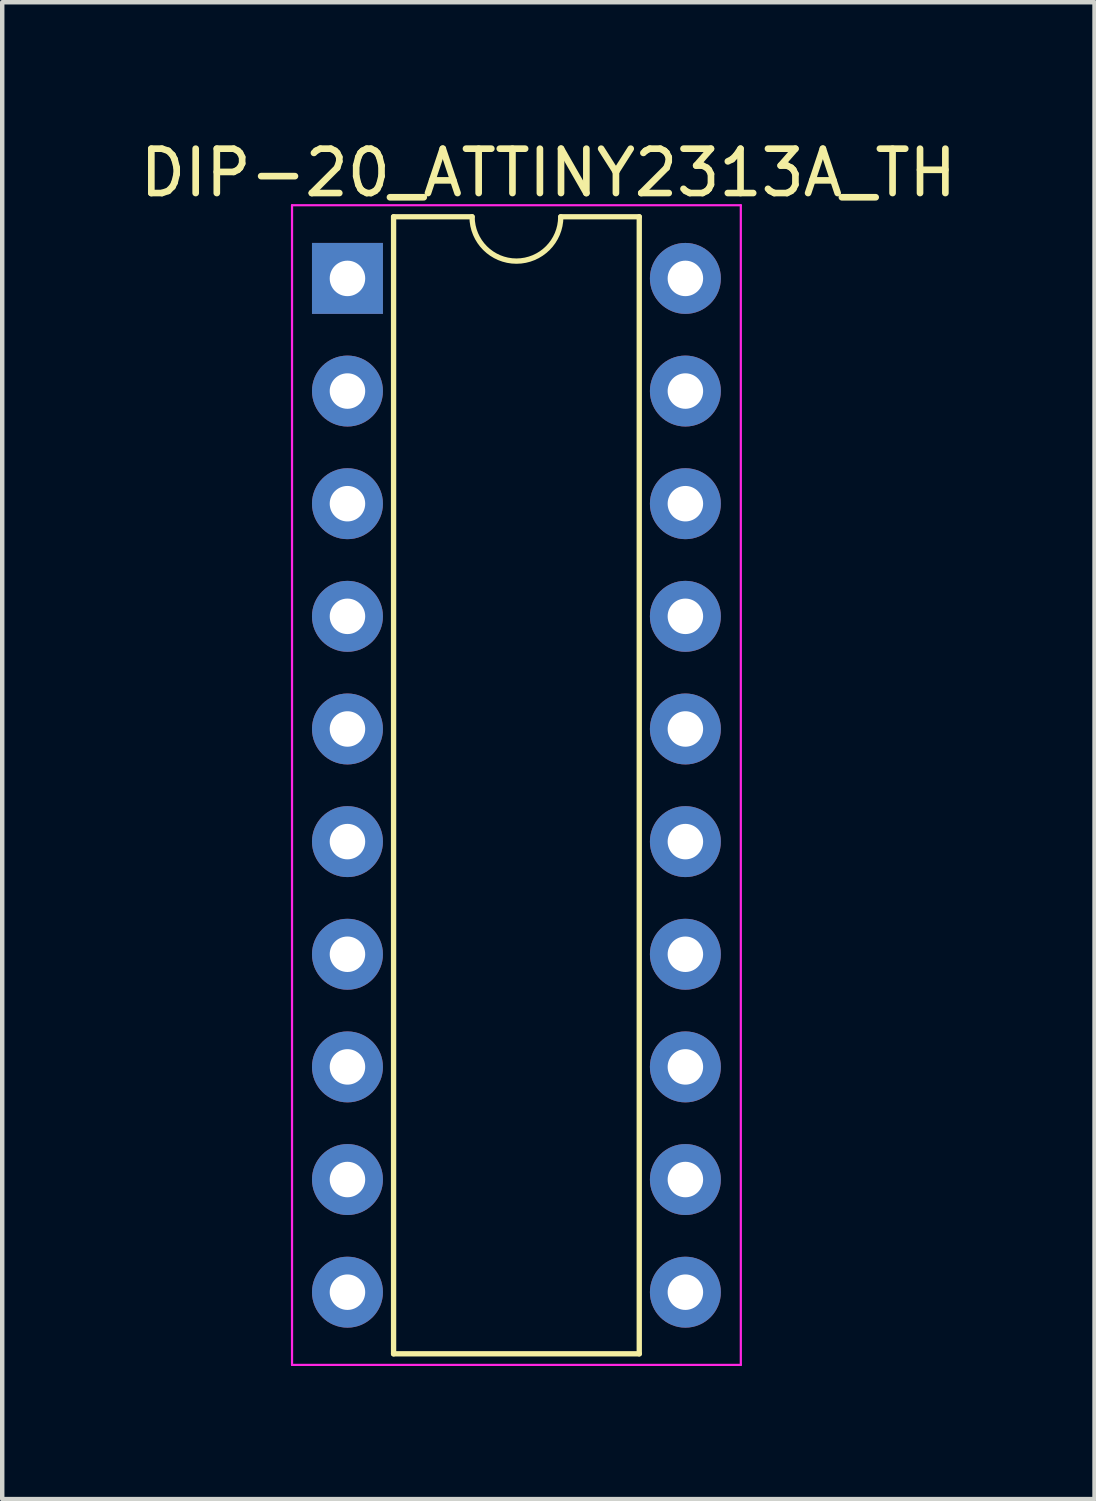
<source format=kicad_pcb>
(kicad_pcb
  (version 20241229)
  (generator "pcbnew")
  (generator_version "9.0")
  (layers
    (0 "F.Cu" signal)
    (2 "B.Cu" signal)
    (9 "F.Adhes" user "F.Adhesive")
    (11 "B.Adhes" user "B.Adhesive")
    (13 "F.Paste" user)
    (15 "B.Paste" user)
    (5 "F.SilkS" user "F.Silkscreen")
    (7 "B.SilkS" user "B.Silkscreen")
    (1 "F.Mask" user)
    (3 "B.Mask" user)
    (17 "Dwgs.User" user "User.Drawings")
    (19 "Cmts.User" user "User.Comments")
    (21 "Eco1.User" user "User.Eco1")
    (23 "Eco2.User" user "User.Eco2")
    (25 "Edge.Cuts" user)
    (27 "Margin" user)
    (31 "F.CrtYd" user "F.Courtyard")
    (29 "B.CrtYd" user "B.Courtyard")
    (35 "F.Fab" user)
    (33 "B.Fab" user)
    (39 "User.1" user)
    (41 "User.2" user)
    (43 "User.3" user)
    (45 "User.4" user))
  (footprint "DIP-20_ATTINY2313A_TH"
    (layer "F.Cu")
    (at 4.785 3.228)
    (property "Reference" "DIP-20_ATTINY2313A_TH" (at 4.53 -2.38 0) (layer "F.SilkS") (effects (font (size 1 1) (thickness 0.15))))
    (attr through_hole)
    (fp_line (start 1.04 -1.39) (end 1.04 24.25) (stroke (width 0.12) (type solid)) (layer "F.SilkS"))
    (fp_line (start 1.04 24.25) (end 6.58 24.25) (stroke (width 0.12) (type solid)) (layer "F.SilkS"))
    (fp_line (start 2.81 -1.39) (end 1.04 -1.39) (stroke (width 0.12) (type solid)) (layer "F.SilkS"))
    (fp_line (start 6.58 -1.39) (end 4.81 -1.39) (stroke (width 0.12) (type solid)) (layer "F.SilkS"))
    (fp_line (start 6.58 24.25) (end 6.58 -1.39) (stroke (width 0.12) (type solid)) (layer "F.SilkS"))
    (fp_arc (start 4.81 -1.39) (mid 3.81 -0.39) (end 2.81 -1.39) (stroke (width 0.12) (type solid)) (layer "F.SilkS"))
    (fp_line (start -1.25 -1.65) (end -1.25 24.5) (stroke (width 0.05) (type solid)) (layer "F.CrtYd"))
    (fp_line (start -1.25 24.5) (end 8.87 24.5) (stroke (width 0.05) (type solid)) (layer "F.CrtYd"))
    (fp_line (start 8.87 -1.65) (end -1.25 -1.65) (stroke (width 0.05) (type solid)) (layer "F.CrtYd"))
    (fp_line (start 8.87 24.5) (end 8.87 -1.65) (stroke (width 0.05) (type solid)) (layer "F.CrtYd"))
    (pad "1" thru_hole rect (at 0 0) (size 1.6 1.6) (drill 0.8) (layers "*.Cu" "*.Mask"))
    (pad "2" thru_hole oval (at 0 2.54) (size 1.6 1.6) (drill 0.8) (layers "*.Cu" "*.Mask"))
    (pad "3" thru_hole oval (at 0 5.08) (size 1.6 1.6) (drill 0.8) (layers "*.Cu" "*.Mask"))
    (pad "4" thru_hole oval (at 0 7.62) (size 1.6 1.6) (drill 0.8) (layers "*.Cu" "*.Mask"))
    (pad "5" thru_hole oval (at 0 10.16) (size 1.6 1.6) (drill 0.8) (layers "*.Cu" "*.Mask"))
    (pad "6" thru_hole oval (at 0 12.7) (size 1.6 1.6) (drill 0.8) (layers "*.Cu" "*.Mask"))
    (pad "7" thru_hole oval (at 0 15.24) (size 1.6 1.6) (drill 0.8) (layers "*.Cu" "*.Mask"))
    (pad "8" thru_hole oval (at 0 17.78) (size 1.6 1.6) (drill 0.8) (layers "*.Cu" "*.Mask"))
    (pad "9" thru_hole oval (at 0 20.32) (size 1.6 1.6) (drill 0.8) (layers "*.Cu" "*.Mask"))
    (pad "10" thru_hole oval (at 0 22.86) (size 1.6 1.6) (drill 0.8) (layers "*.Cu" "*.Mask"))
    (pad "11" thru_hole oval (at 7.62 22.86) (size 1.6 1.6) (drill 0.8) (layers "*.Cu" "*.Mask"))
    (pad "12" thru_hole oval (at 7.62 20.32) (size 1.6 1.6) (drill 0.8) (layers "*.Cu" "*.Mask"))
    (pad "13" thru_hole oval (at 7.62 17.78) (size 1.6 1.6) (drill 0.8) (layers "*.Cu" "*.Mask"))
    (pad "14" thru_hole oval (at 7.62 15.24) (size 1.6 1.6) (drill 0.8) (layers "*.Cu" "*.Mask"))
    (pad "15" thru_hole oval (at 7.62 12.7) (size 1.6 1.6) (drill 0.8) (layers "*.Cu" "*.Mask"))
    (pad "16" thru_hole oval (at 7.62 10.16) (size 1.6 1.6) (drill 0.8) (layers "*.Cu" "*.Mask"))
    (pad "17" thru_hole oval (at 7.62 7.62) (size 1.6 1.6) (drill 0.8) (layers "*.Cu" "*.Mask"))
    (pad "18" thru_hole oval (at 7.62 5.08) (size 1.6 1.6) (drill 0.8) (layers "*.Cu" "*.Mask"))
    (pad "19" thru_hole oval (at 7.62 2.54) (size 1.6 1.6) (drill 0.8) (layers "*.Cu" "*.Mask"))
    (pad "20" thru_hole oval (at 7.62 0) (size 1.6 1.6) (drill 0.8) (layers "*.Cu" "*.Mask")))
  (gr_rect
    (start -3 -3)
    (end 21.631 30.753)
    (stroke (width 0.1) (type default))
    (fill no)
    (layer "Edge.Cuts")))
</source>
